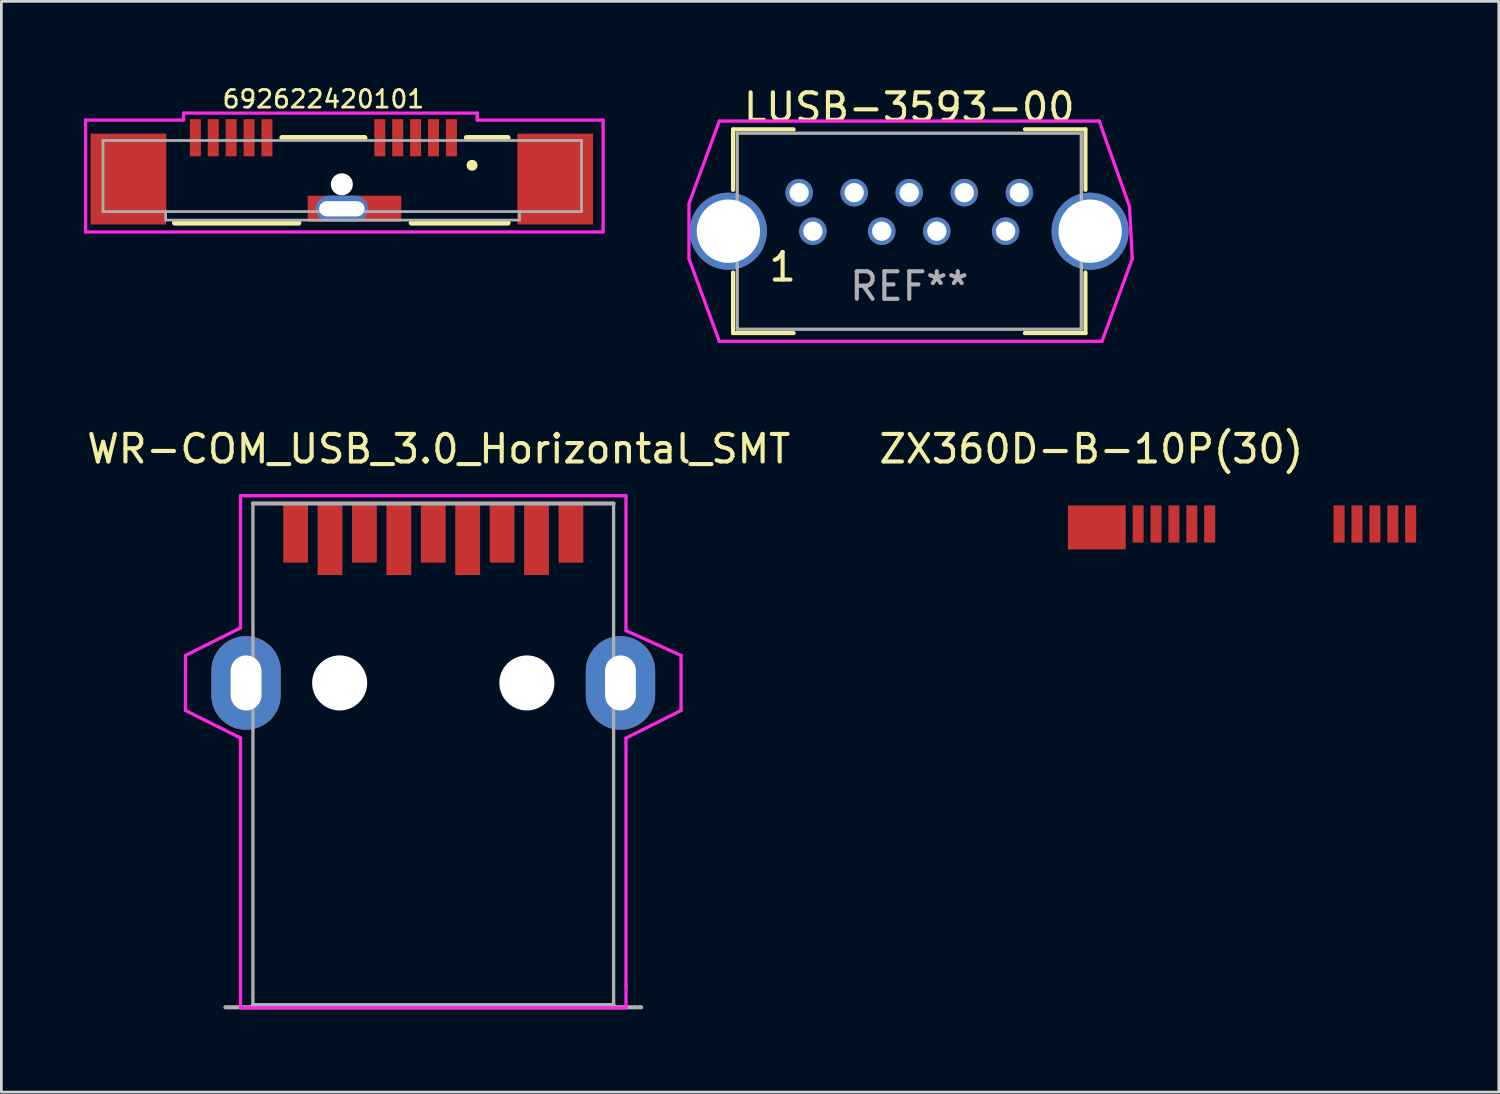
<source format=kicad_pcb>
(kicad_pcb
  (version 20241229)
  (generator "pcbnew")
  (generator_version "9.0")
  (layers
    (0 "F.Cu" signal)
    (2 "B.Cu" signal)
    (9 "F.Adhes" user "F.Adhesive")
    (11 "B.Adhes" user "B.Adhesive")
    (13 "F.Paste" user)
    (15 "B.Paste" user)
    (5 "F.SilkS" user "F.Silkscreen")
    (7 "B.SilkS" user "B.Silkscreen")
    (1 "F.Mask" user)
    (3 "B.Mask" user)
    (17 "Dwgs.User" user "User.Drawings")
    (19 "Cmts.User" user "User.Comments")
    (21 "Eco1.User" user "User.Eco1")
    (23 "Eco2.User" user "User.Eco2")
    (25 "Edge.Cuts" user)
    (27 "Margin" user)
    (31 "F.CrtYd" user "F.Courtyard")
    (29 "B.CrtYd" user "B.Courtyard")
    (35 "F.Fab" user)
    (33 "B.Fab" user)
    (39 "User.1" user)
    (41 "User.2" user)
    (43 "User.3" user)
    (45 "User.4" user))
  (footprint "692622420101"
    (layer "F.Cu")
    (at 8.696 3.344)
    (property "Reference" "692622420101" (at 0 -2.794 0) (layer "F.SilkS") (effects (font (size 0.64 0.64) (thickness 0.1))))
    (attr through_hole)
    (fp_line (start -5.4 1.7) (end -0.9 1.7) (stroke (width 0.2) (type solid)) (layer "F.SilkS"))
    (fp_line (start -1.5 -1.39) (end 1.5 -1.39) (stroke (width 0.2) (type solid)) (layer "F.SilkS"))
    (fp_line (start 3.2 1.7) (end 6.7 1.7) (stroke (width 0.2) (type solid)) (layer "F.SilkS"))
    (fp_line (start 5.2 -1.39) (end 6.7 -1.39) (stroke (width 0.2) (type solid)) (layer "F.SilkS"))
    (fp_circle (center 5.4 -0.39) (end 5.5 -0.39) (stroke (width 0.2) (type solid)) (fill no) (layer "F.SilkS"))
    (fp_line (start -8.636 -2.032) (end -5.08 -2.032) (stroke (width 0.12) (type solid)) (layer "F.CrtYd"))
    (fp_line (start -8.636 2.032) (end -8.636 -2.032) (stroke (width 0.12) (type solid)) (layer "F.CrtYd"))
    (fp_line (start -5.08 -2.286) (end 5.588 -2.286) (stroke (width 0.12) (type solid)) (layer "F.CrtYd"))
    (fp_line (start -5.08 -2.032) (end -5.08 -2.286) (stroke (width 0.12) (type solid)) (layer "F.CrtYd"))
    (fp_line (start 5.588 -2.286) (end 5.588 -2.032) (stroke (width 0.12) (type solid)) (layer "F.CrtYd"))
    (fp_line (start 5.588 -2.032) (end 10.16 -2.032) (stroke (width 0.12) (type solid)) (layer "F.CrtYd"))
    (fp_line (start 10.16 -2.032) (end 10.16 2.032) (stroke (width 0.12) (type solid)) (layer "F.CrtYd"))
    (fp_line (start 10.16 2.032) (end -8.636 2.032) (stroke (width 0.12) (type solid)) (layer "F.CrtYd"))
    (fp_line (start -8.005 -1.29) (end 9.375 -1.29) (stroke (width 0.1) (type solid)) (layer "F.Fab"))
    (fp_line (start -8.005 1.29) (end -8.005 -1.29) (stroke (width 0.1) (type solid)) (layer "F.Fab"))
    (fp_line (start -5.73 1.29) (end -8.005 1.29) (stroke (width 0.1) (type solid)) (layer "F.Fab"))
    (fp_line (start -5.73 1.29) (end -5.73 1.6) (stroke (width 0.1) (type solid)) (layer "F.Fab"))
    (fp_line (start -5.73 1.6) (end 7.12 1.6) (stroke (width 0.1) (type solid)) (layer "F.Fab"))
    (fp_line (start 7.12 1.29) (end -5.73 1.29) (stroke (width 0.1) (type solid)) (layer "F.Fab"))
    (fp_line (start 7.12 1.6) (end 7.12 1.29) (stroke (width 0.1) (type solid)) (layer "F.Fab"))
    (fp_line (start 9.375 -1.29) (end 9.375 1.29) (stroke (width 0.1) (type solid)) (layer "F.Fab"))
    (fp_line (start 9.375 1.29) (end 7.12 1.29) (stroke (width 0.1) (type solid)) (layer "F.Fab"))
    (pad "" np_thru_hole circle (at 0.67 0.3) (size 0.8 0.8) (drill 0.8) (layers "*.Cu" "*.Mask"))
    (pad "1" smd rect (at 4.65 -1.39) (size 0.4 1.35) (layers "F.Cu" "F.Mask" "F.Paste"))
    (pad "2" smd rect (at 4 -1.39) (size 0.4 1.35) (layers "F.Cu" "F.Mask" "F.Paste"))
    (pad "3" smd rect (at 3.35 -1.39) (size 0.4 1.35) (layers "F.Cu" "F.Mask" "F.Paste"))
    (pad "4" smd rect (at 2.7 -1.39) (size 0.4 1.35) (layers "F.Cu" "F.Mask" "F.Paste"))
    (pad "5" smd rect (at 2.05 -1.39) (size 0.4 1.35) (layers "F.Cu" "F.Mask" "F.Paste"))
    (pad "6" smd rect (at -2.05 -1.39) (size 0.4 1.35) (layers "F.Cu" "F.Mask" "F.Paste"))
    (pad "7" smd rect (at -2.7 -1.39) (size 0.4 1.35) (layers "F.Cu" "F.Mask" "F.Paste"))
    (pad "8" smd rect (at -3.35 -1.39) (size 0.4 1.35) (layers "F.Cu" "F.Mask" "F.Paste"))
    (pad "9" smd rect (at -4 -1.39) (size 0.4 1.35) (layers "F.Cu" "F.Mask" "F.Paste"))
    (pad "10" smd rect (at -4.65 -1.39) (size 0.4 1.35) (layers "F.Cu" "F.Mask" "F.Paste"))
    (pad "11" smd rect (at -7.08 0.11) (size 2.75 3.3) (layers "F.Cu" "F.Mask" "F.Paste"))
    (pad "11" thru_hole oval (at 0.67 1.19) (size 1.9 0.95) (drill oval 1.647 0.55) (layers "*.Cu"))
    (pad "11" smd rect (at 1.13 1.19) (size 3.4 0.95) (layers "F.Cu" "F.Mask" "F.Paste"))
    (pad "11" smd rect (at 8.42 0.11) (size 2.75 3.3) (layers "F.Cu" "F.Mask" "F.Paste")))
  (footprint "WR-COM_USB_3.0_Horizontal_SMT"
    (layer "F.Cu")
    (at 12.687 21.756)
    (property "Reference" "WR-COM_USB_3.0_Horizontal_SMT" (at 0.2 -8.5 0) (layer "F.SilkS") (effects (font (size 1 1) (thickness 0.15))))
    (attr through_hole)
    (fp_line (start -9 -1) (end -7 -2) (stroke (width 0.12) (type solid)) (layer "F.CrtYd"))
    (fp_line (start -9 1) (end -9 -1) (stroke (width 0.12) (type solid)) (layer "F.CrtYd"))
    (fp_line (start -7 -6.8) (end 7 -6.8) (stroke (width 0.12) (type solid)) (layer "F.CrtYd"))
    (fp_line (start -7 -2) (end -7 -6.8) (stroke (width 0.12) (type solid)) (layer "F.CrtYd"))
    (fp_line (start -7 2) (end -9 1) (stroke (width 0.12) (type solid)) (layer "F.CrtYd"))
    (fp_line (start -7 11.8) (end -7 2) (stroke (width 0.12) (type solid)) (layer "F.CrtYd"))
    (fp_line (start 7 -6.8) (end 7 -1.9) (stroke (width 0.12) (type solid)) (layer "F.CrtYd"))
    (fp_line (start 7 -1.9) (end 9 -1) (stroke (width 0.12) (type solid)) (layer "F.CrtYd"))
    (fp_line (start 7 2) (end 7 11) (stroke (width 0.12) (type solid)) (layer "F.CrtYd"))
    (fp_line (start 7 11) (end 7 11.8) (stroke (width 0.12) (type solid)) (layer "F.CrtYd"))
    (fp_line (start 7 11.8) (end -7 11.8) (stroke (width 0.12) (type solid)) (layer "F.CrtYd"))
    (fp_line (start 9 -1) (end 9 1) (stroke (width 0.12) (type solid)) (layer "F.CrtYd"))
    (fp_line (start 9 1) (end 7 2) (stroke (width 0.12) (type solid)) (layer "F.CrtYd"))
    (fp_line (start -7.55 11.78) (end 7.55 11.78) (stroke (width 0.15) (type solid)) (layer "F.Fab"))
    (fp_line (start -6.55 -6.52) (end -6.55 11.7) (stroke (width 0.12) (type solid)) (layer "F.Fab"))
    (fp_line (start -6.55 -6.52) (end 6.55 -6.52) (stroke (width 0.15) (type solid)) (layer "F.Fab"))
    (fp_line (start -6.55 11.7) (end 6.55 11.7) (stroke (width 0.15) (type solid)) (layer "F.Fab"))
    (fp_line (start 6.55 -6.52) (end 6.55 11.7) (stroke (width 0.12) (type solid)) (layer "F.Fab"))
    (pad "" np_thru_hole circle (at -3.4 0) (size 2 2) (drill 2) (layers "*.Cu" "*.Mask"))
    (pad "" np_thru_hole circle (at 3.4 0) (size 2 2) (drill 2) (layers "*.Cu" "*.Mask"))
    (pad "1" smd rect (at -3.75 -5.22) (size 0.9 2.6) (layers "F.Cu" "F.Mask" "F.Paste"))
    (pad "2" smd rect (at -1.25 -5.22) (size 0.9 2.6) (layers "F.Cu" "F.Mask" "F.Paste"))
    (pad "3" smd rect (at 1.25 -5.22) (size 0.9 2.6) (layers "F.Cu" "F.Mask" "F.Paste"))
    (pad "4" smd rect (at 3.75 -5.22) (size 0.9 2.6) (layers "F.Cu" "F.Mask" "F.Paste"))
    (pad "5" smd rect (at 5 -5.445) (size 0.9 2.15) (layers "F.Cu" "F.Mask" "F.Paste"))
    (pad "6" smd rect (at 2.5 -5.445) (size 0.9 2.15) (layers "F.Cu" "F.Mask" "F.Paste"))
    (pad "7" smd rect (at 0 -5.445) (size 0.9 2.15) (layers "F.Cu" "F.Mask" "F.Paste"))
    (pad "8" smd rect (at -2.5 -5.445) (size 0.9 2.15) (layers "F.Cu" "F.Mask" "F.Paste"))
    (pad "9" smd rect (at -5 -5.445) (size 0.9 2.15) (layers "F.Cu" "F.Mask" "F.Paste"))
    (pad "10" thru_hole oval (at -6.8 0) (size 2.52 3.4) (drill oval 1.12 2) (layers "*.Cu" "*.Mask" "F.Paste"))
    (pad "10" thru_hole oval (at 6.8 0) (size 2.52 3.4) (drill oval 1.12 2) (layers "*.Cu" "*.Mask" "F.Paste")))
  (footprint "LUSB-3593-00"
    (layer "F.Cu")
    (at 29.976 5.348)
    (property "Reference" "LUSB-3593-00" (at 0 -4.5 0) (layer "F.SilkS") (effects (font (size 1 1) (thickness 0.15))))
    (attr through_hole)
    (fp_line (start -6.4 -3.7) (end -6.4 -1.5) (stroke (width 0.15) (type solid)) (layer "F.SilkS"))
    (fp_line (start -6.4 -3.7) (end -4.2 -3.7) (stroke (width 0.15) (type solid)) (layer "F.SilkS"))
    (fp_line (start -6.4 3.7) (end -6.4 1.5) (stroke (width 0.15) (type solid)) (layer "F.SilkS"))
    (fp_line (start -6.4 3.7) (end -4.2 3.7) (stroke (width 0.15) (type solid)) (layer "F.SilkS"))
    (fp_line (start 6.4 -3.7) (end 4.2 -3.7) (stroke (width 0.15) (type solid)) (layer "F.SilkS"))
    (fp_line (start 6.4 -3.7) (end 6.4 -1.5) (stroke (width 0.15) (type solid)) (layer "F.SilkS"))
    (fp_line (start 6.4 3.7) (end 4.2 3.7) (stroke (width 0.15) (type solid)) (layer "F.SilkS"))
    (fp_line (start 6.4 3.7) (end 6.4 1.5) (stroke (width 0.15) (type solid)) (layer "F.SilkS"))
    (fp_line (start -8 -1) (end -6.9 -4) (stroke (width 0.12) (type solid)) (layer "F.CrtYd"))
    (fp_line (start -8 1) (end -8 -1) (stroke (width 0.12) (type solid)) (layer "F.CrtYd"))
    (fp_line (start -6.9 -4) (end 6.9 -4) (stroke (width 0.12) (type solid)) (layer "F.CrtYd"))
    (fp_line (start -6.9 4) (end -8 1) (stroke (width 0.12) (type solid)) (layer "F.CrtYd"))
    (fp_line (start 6.9 -4) (end 8 -0.9) (stroke (width 0.12) (type solid)) (layer "F.CrtYd"))
    (fp_line (start 7 4) (end -6.9 4) (stroke (width 0.12) (type solid)) (layer "F.CrtYd"))
    (fp_line (start 8 -0.9) (end 8.1 1) (stroke (width 0.12) (type solid)) (layer "F.CrtYd"))
    (fp_line (start 8.1 1) (end 7 4) (stroke (width 0.12) (type solid)) (layer "F.CrtYd"))
    (fp_line (start -6.25 -3.56) (end -6.25 3.56) (stroke (width 0.12) (type solid)) (layer "F.Fab"))
    (fp_line (start -6.25 -3.56) (end 6.25 -3.56) (stroke (width 0.12) (type solid)) (layer "F.Fab"))
    (fp_line (start -6.25 3.56) (end 6.25 3.56) (stroke (width 0.12) (type solid)) (layer "F.Fab"))
    (fp_line (start 6.25 -3.56) (end 6.25 3.56) (stroke (width 0.12) (type solid)) (layer "F.Fab"))
    (fp_text user "1" (at -4.6 1.3 0) (layer "F.SilkS") (effects (font (size 1 1) (thickness 0.15))))
    (fp_text user "REF**" (at 0 2 0) (layer "F.Fab") (effects (font (size 1 1) (thickness 0.15))))
    (pad "1" thru_hole circle (at -3.5 0) (size 1 1) (drill 0.7) (layers "*.Cu" "*.Mask"))
    (pad "2" thru_hole circle (at -1 0) (size 1 1) (drill 0.7) (layers "*.Cu" "*.Mask"))
    (pad "3" thru_hole circle (at 1 0) (size 1 1) (drill 0.7) (layers "*.Cu" "*.Mask"))
    (pad "4" thru_hole circle (at 3.5 0) (size 1 1) (drill 0.7) (layers "*.Cu" "*.Mask"))
    (pad "5" thru_hole circle (at 4 -1.4) (size 1 1) (drill 0.7) (layers "*.Cu" "*.Mask"))
    (pad "6" thru_hole circle (at 2 -1.4) (size 1 1) (drill 0.7) (layers "*.Cu" "*.Mask"))
    (pad "7" thru_hole circle (at 0 -1.4) (size 1 1) (drill 0.7) (layers "*.Cu" "*.Mask"))
    (pad "8" thru_hole circle (at -2 -1.4) (size 1 1) (drill 0.7) (layers "*.Cu" "*.Mask"))
    (pad "9" thru_hole circle (at -4 -1.4) (size 1 1) (drill 0.7) (layers "*.Cu" "*.Mask"))
    (pad "10" thru_hole circle (at -6.57 0) (size 2.8 2.8) (drill 2.3) (layers "*.Cu" "*.Mask"))
    (pad "10" thru_hole circle (at 6.57 0) (size 2.8 2.8) (drill 2.3) (layers "*.Cu" "*.Mask")))
  (footprint "ZX360D-B-10P(30)"
    (layer "F.Cu")
    (at 43.239 18.657)
    (property "Reference" "ZX360D-B-10P(30)" (at -6.65 -5.4 0) (layer "F.SilkS") (effects (font (size 1 1) (thickness 0.15))))
    (attr through_hole)
    (pad "1" smd rect (at -4.95 -2.675) (size 0.4 1.35) (layers "F.Cu" "F.Mask" "F.Paste"))
    (pad "1" smd rect (at -4.3 -2.675) (size 0.4 1.35) (layers "F.Cu" "F.Mask" "F.Paste"))
    (pad "1" smd rect (at -3.65 -2.675) (size 0.4 1.35) (layers "F.Cu" "F.Mask" "F.Paste"))
    (pad "1" smd rect (at -3 -2.675) (size 0.4 1.35) (layers "F.Cu" "F.Mask" "F.Paste"))
    (pad "1" smd rect (at -2.35 -2.675) (size 0.4 1.35) (layers "F.Cu" "F.Mask" "F.Paste"))
    (pad "1" smd rect (at 2.35 -2.675) (size 0.4 1.35) (layers "F.Cu" "F.Mask" "F.Paste"))
    (pad "1" smd rect (at 3 -2.675) (size 0.4 1.35) (layers "F.Cu" "F.Mask" "F.Paste"))
    (pad "1" smd rect (at 3.65 -2.675) (size 0.4 1.35) (layers "F.Cu" "F.Mask" "F.Paste"))
    (pad "1" smd rect (at 4.3 -2.675) (size 0.4 1.35) (layers "F.Cu" "F.Mask" "F.Paste"))
    (pad "1" smd rect (at 4.95 -2.675) (size 0.4 1.35) (layers "F.Cu" "F.Mask" "F.Paste"))
    (pad "S" smd rect (at -6.45 -2.55) (size 2.1 1.6) (layers "F.Cu" "F.Mask" "F.Paste")))
  (gr_rect
    (start -3 -3)
    (end 51.389 36.617)
    (stroke (width 0.1) (type default))
    (fill no)
    (layer "Edge.Cuts")))
</source>
